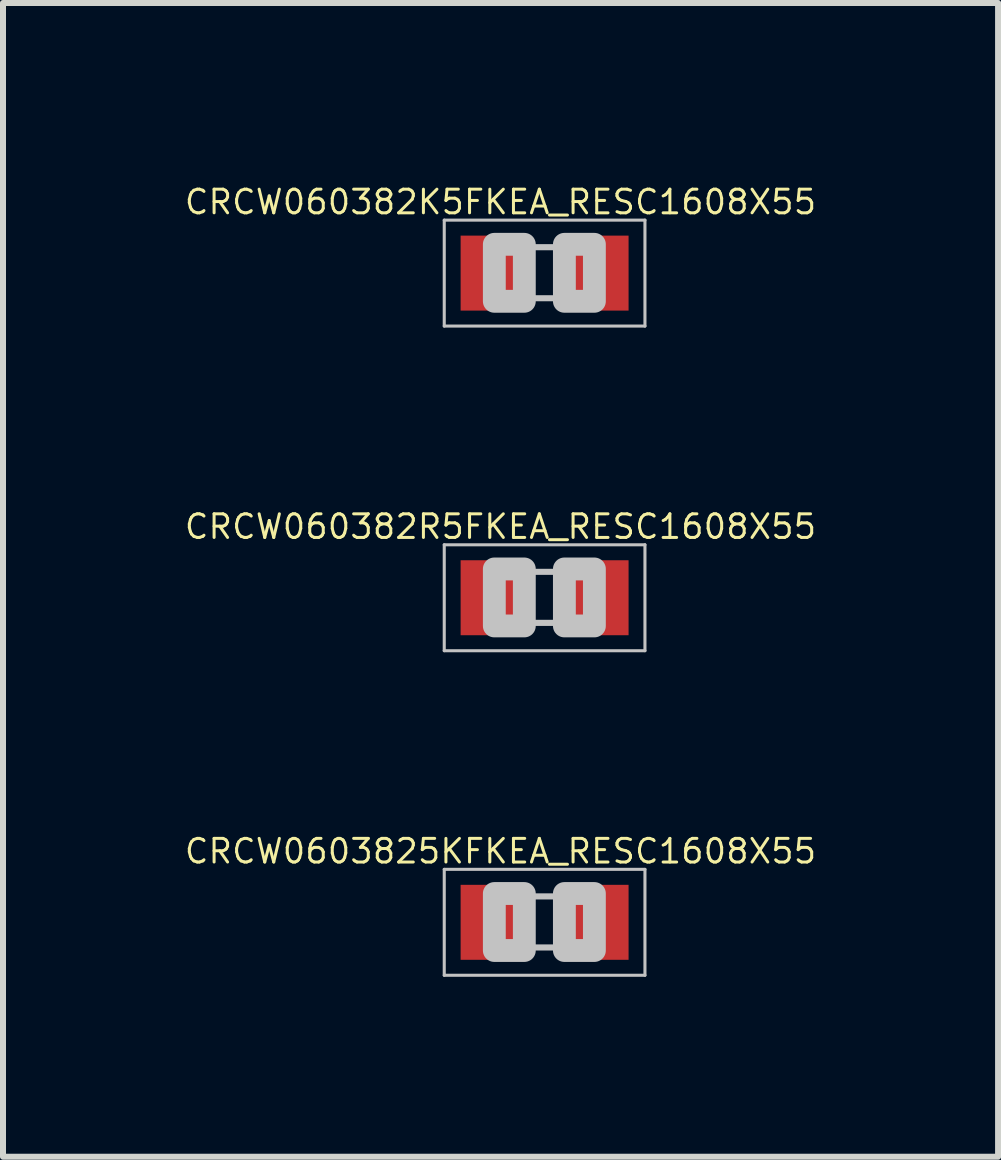
<source format=kicad_pcb>
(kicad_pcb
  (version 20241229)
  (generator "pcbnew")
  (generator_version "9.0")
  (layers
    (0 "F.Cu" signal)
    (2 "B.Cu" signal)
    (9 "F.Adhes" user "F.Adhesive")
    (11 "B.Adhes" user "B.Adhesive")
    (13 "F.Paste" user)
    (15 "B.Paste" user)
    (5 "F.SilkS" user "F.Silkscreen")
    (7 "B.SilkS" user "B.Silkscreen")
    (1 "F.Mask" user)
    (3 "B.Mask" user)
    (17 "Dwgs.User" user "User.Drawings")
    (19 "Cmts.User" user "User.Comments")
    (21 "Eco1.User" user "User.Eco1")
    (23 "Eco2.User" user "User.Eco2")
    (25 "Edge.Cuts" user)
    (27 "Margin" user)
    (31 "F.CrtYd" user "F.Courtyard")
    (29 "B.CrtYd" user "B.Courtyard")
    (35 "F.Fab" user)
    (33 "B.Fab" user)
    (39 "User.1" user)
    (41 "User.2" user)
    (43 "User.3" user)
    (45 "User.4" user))
  (footprint "CRCW0603825KFKEA_RESC1608X55"
    (layer "F.Cu")
    (at 6.029 12.326)
    (property "Reference" "CRCW0603825KFKEA_RESC1608X55" (at -0.735 -1.185 0) (layer "F.SilkS") (effects (font (size 0.394 0.394) (thickness 0.05))))
    (attr smd)
    (fp_line (start -1.673 -0.883) (end 1.673 -0.883) (stroke (width 0.051) (type solid)) (layer "Dwgs.User"))
    (fp_line (start -1.673 0.883) (end -1.673 -0.883) (stroke (width 0.051) (type solid)) (layer "Dwgs.User"))
    (fp_line (start -0.356 -0.432) (end 0.356 -0.432) (stroke (width 0.102) (type solid)) (layer "Dwgs.User"))
    (fp_line (start -0.356 0.419) (end 0.356 0.419) (stroke (width 0.102) (type solid)) (layer "Dwgs.User"))
    (fp_line (start 1.673 -0.883) (end 1.673 0.883) (stroke (width 0.051) (type solid)) (layer "Dwgs.User"))
    (fp_line (start 1.673 0.883) (end -1.673 0.883) (stroke (width 0.051) (type solid)) (layer "Dwgs.User"))
    (fp_poly (pts (xy -0.838 -0.48) (xy -0.338 -0.48) (xy -0.338 0.47) (xy -0.838 0.47)) (stroke (width 0.381) (type solid)) (fill no) (layer "Dwgs.User"))
    (fp_poly (pts (xy 0.33 -0.48) (xy 0.83 -0.48) (xy 0.83 0.47) (xy 0.33 0.47)) (stroke (width 0.381) (type solid)) (fill no) (layer "Dwgs.User"))
    (pad "1" smd rect (at -0.85 0) (size 1.1 1.25) (layers "F.Cu" "F.Mask" "F.Paste"))
    (pad "2" smd rect (at 0.85 0) (size 1.1 1.25) (layers "F.Cu" "F.Mask" "F.Paste")))
  (footprint "CRCW060382K5FKEA_RESC1608X55"
    (layer "F.Cu")
    (at 6.029 1.503)
    (property "Reference" "CRCW060382K5FKEA_RESC1608X55" (at -0.735 -1.185 0) (layer "F.SilkS") (effects (font (size 0.394 0.394) (thickness 0.05))))
    (attr smd)
    (fp_line (start -1.673 -0.883) (end 1.673 -0.883) (stroke (width 0.051) (type solid)) (layer "Dwgs.User"))
    (fp_line (start -1.673 0.883) (end -1.673 -0.883) (stroke (width 0.051) (type solid)) (layer "Dwgs.User"))
    (fp_line (start -0.356 -0.432) (end 0.356 -0.432) (stroke (width 0.102) (type solid)) (layer "Dwgs.User"))
    (fp_line (start -0.356 0.419) (end 0.356 0.419) (stroke (width 0.102) (type solid)) (layer "Dwgs.User"))
    (fp_line (start 1.673 -0.883) (end 1.673 0.883) (stroke (width 0.051) (type solid)) (layer "Dwgs.User"))
    (fp_line (start 1.673 0.883) (end -1.673 0.883) (stroke (width 0.051) (type solid)) (layer "Dwgs.User"))
    (fp_poly (pts (xy -0.838 -0.48) (xy -0.338 -0.48) (xy -0.338 0.47) (xy -0.838 0.47)) (stroke (width 0.381) (type solid)) (fill no) (layer "Dwgs.User"))
    (fp_poly (pts (xy 0.33 -0.48) (xy 0.83 -0.48) (xy 0.83 0.47) (xy 0.33 0.47)) (stroke (width 0.381) (type solid)) (fill no) (layer "Dwgs.User"))
    (pad "1" smd rect (at -0.85 0) (size 1.1 1.25) (layers "F.Cu" "F.Mask" "F.Paste"))
    (pad "2" smd rect (at 0.85 0) (size 1.1 1.25) (layers "F.Cu" "F.Mask" "F.Paste")))
  (footprint "CRCW060382R5FKEA_RESC1608X55"
    (layer "F.Cu")
    (at 6.029 6.915)
    (property "Reference" "CRCW060382R5FKEA_RESC1608X55" (at -0.735 -1.185 0) (layer "F.SilkS") (effects (font (size 0.394 0.394) (thickness 0.05))))
    (attr smd)
    (fp_line (start -1.673 -0.883) (end 1.673 -0.883) (stroke (width 0.051) (type solid)) (layer "Dwgs.User"))
    (fp_line (start -1.673 0.883) (end -1.673 -0.883) (stroke (width 0.051) (type solid)) (layer "Dwgs.User"))
    (fp_line (start -0.356 -0.432) (end 0.356 -0.432) (stroke (width 0.102) (type solid)) (layer "Dwgs.User"))
    (fp_line (start -0.356 0.419) (end 0.356 0.419) (stroke (width 0.102) (type solid)) (layer "Dwgs.User"))
    (fp_line (start 1.673 -0.883) (end 1.673 0.883) (stroke (width 0.051) (type solid)) (layer "Dwgs.User"))
    (fp_line (start 1.673 0.883) (end -1.673 0.883) (stroke (width 0.051) (type solid)) (layer "Dwgs.User"))
    (fp_poly (pts (xy -0.838 -0.48) (xy -0.338 -0.48) (xy -0.338 0.47) (xy -0.838 0.47)) (stroke (width 0.381) (type solid)) (fill no) (layer "Dwgs.User"))
    (fp_poly (pts (xy 0.33 -0.48) (xy 0.83 -0.48) (xy 0.83 0.47) (xy 0.33 0.47)) (stroke (width 0.381) (type solid)) (fill no) (layer "Dwgs.User"))
    (pad "1" smd rect (at -0.85 0) (size 1.1 1.25) (layers "F.Cu" "F.Mask" "F.Paste"))
    (pad "2" smd rect (at 0.85 0) (size 1.1 1.25) (layers "F.Cu" "F.Mask" "F.Paste")))
  (gr_rect
    (start -3 -3)
    (end 13.589 16.234)
    (stroke (width 0.1) (type default))
    (fill no)
    (layer "Edge.Cuts")))
</source>
